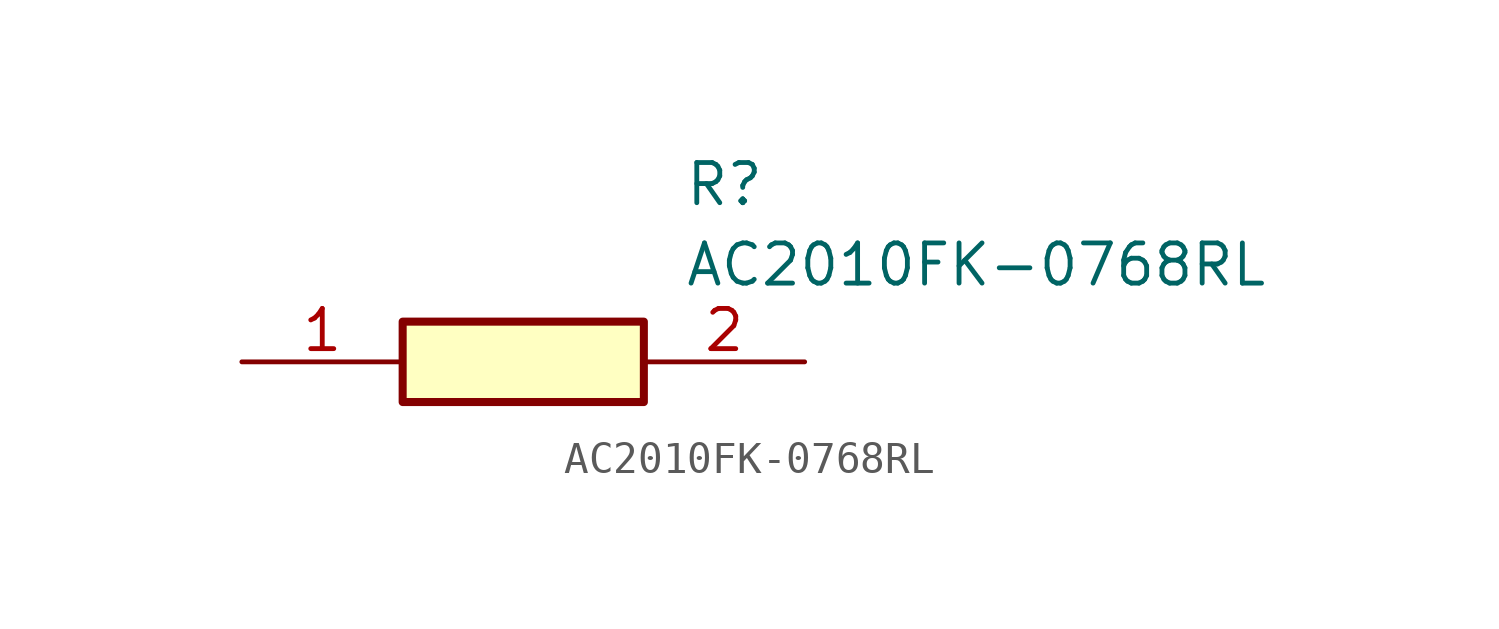
<source format=kicad_sym>
(kicad_symbol_lib
  (version 20211014)
  (generator SamacSys_ECAD_Model)
  (symbol "AC2010FK-0768RL"
    (pin_names hide)
    (property "Reference" "R"
      (at 13.97 6.35 0)
      (effects (font (size 1.27 1.27)) (justify left top)))
    (property "Value" "AC2010FK-0768RL"
      (at 13.97 3.81 0)
      (effects (font (size 1.27 1.27)) (justify left top)))
    (rectangle
      (start 5.08 1.27)
      (end 12.7 -1.27)
      (stroke (width 0.254) (type default))
      (fill (type background)))
    (pin passive line
      (at 0 0 0)
      (length 5.08)
      (name "1" (effects (font (size 1.27 1.27))))
      (number "1" (effects (font (size 1.27 1.27)))))
    (pin passive line
      (at 17.78 0 180)
      (length 5.08)
      (name "2" (effects (font (size 1.27 1.27))))
      (number "2" (effects (font (size 1.27 1.27)))))))
</source>
